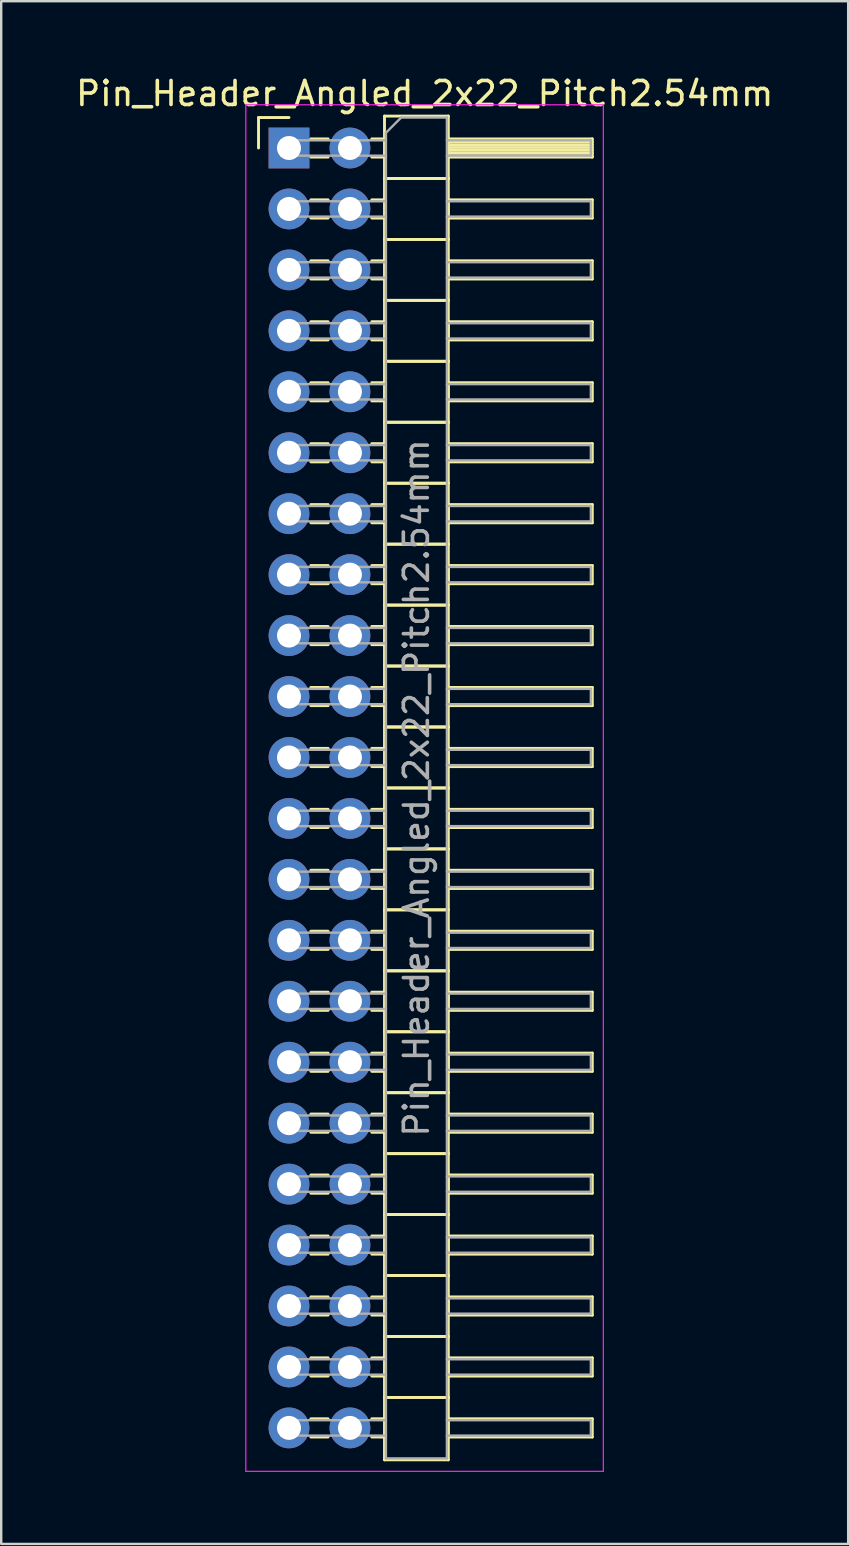
<source format=kicad_pcb>
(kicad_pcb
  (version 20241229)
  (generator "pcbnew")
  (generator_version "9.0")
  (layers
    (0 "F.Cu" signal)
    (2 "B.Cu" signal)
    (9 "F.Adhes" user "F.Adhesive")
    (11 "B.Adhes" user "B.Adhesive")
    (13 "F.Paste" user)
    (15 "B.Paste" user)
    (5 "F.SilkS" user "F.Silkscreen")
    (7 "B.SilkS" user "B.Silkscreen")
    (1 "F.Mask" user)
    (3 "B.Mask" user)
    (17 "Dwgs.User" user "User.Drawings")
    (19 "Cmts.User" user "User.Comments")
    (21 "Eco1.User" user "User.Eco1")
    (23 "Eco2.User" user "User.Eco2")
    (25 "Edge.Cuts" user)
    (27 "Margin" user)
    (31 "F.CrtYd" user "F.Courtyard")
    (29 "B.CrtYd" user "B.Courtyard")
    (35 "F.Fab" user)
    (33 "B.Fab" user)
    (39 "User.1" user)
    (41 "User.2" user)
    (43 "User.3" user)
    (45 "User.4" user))
  (footprint "Pin_Header_Angled_2x22_Pitch2.54mm"
    (layer "F.Cu")
    (at 8.994 3.118)
    (property "Reference" "Pin_Header_Angled_2x22_Pitch2.54mm" (at 5.655 -2.27 0) (layer "F.SilkS") (effects (font (size 1 1) (thickness 0.15))))
    (attr through_hole)
    (fp_line (start -1.27 -1.27) (end 0 -1.27) (stroke (width 0.12) (type solid)) (layer "F.SilkS"))
    (fp_line (start -1.27 0) (end -1.27 -1.27) (stroke (width 0.12) (type solid)) (layer "F.SilkS"))
    (fp_line (start 0.91 -0.38) (end 1.63 -0.38) (stroke (width 0.12) (type solid)) (layer "F.SilkS"))
    (fp_line (start 0.91 0.38) (end 1.63 0.38) (stroke (width 0.12) (type solid)) (layer "F.SilkS"))
    (fp_line (start 0.91 2.16) (end 1.63 2.16) (stroke (width 0.12) (type solid)) (layer "F.SilkS"))
    (fp_line (start 0.91 2.92) (end 1.63 2.92) (stroke (width 0.12) (type solid)) (layer "F.SilkS"))
    (fp_line (start 0.91 4.7) (end 1.63 4.7) (stroke (width 0.12) (type solid)) (layer "F.SilkS"))
    (fp_line (start 0.91 5.46) (end 1.63 5.46) (stroke (width 0.12) (type solid)) (layer "F.SilkS"))
    (fp_line (start 0.91 7.24) (end 1.63 7.24) (stroke (width 0.12) (type solid)) (layer "F.SilkS"))
    (fp_line (start 0.91 8) (end 1.63 8) (stroke (width 0.12) (type solid)) (layer "F.SilkS"))
    (fp_line (start 0.91 9.78) (end 1.63 9.78) (stroke (width 0.12) (type solid)) (layer "F.SilkS"))
    (fp_line (start 0.91 10.54) (end 1.63 10.54) (stroke (width 0.12) (type solid)) (layer "F.SilkS"))
    (fp_line (start 0.91 12.32) (end 1.63 12.32) (stroke (width 0.12) (type solid)) (layer "F.SilkS"))
    (fp_line (start 0.91 13.08) (end 1.63 13.08) (stroke (width 0.12) (type solid)) (layer "F.SilkS"))
    (fp_line (start 0.91 14.86) (end 1.63 14.86) (stroke (width 0.12) (type solid)) (layer "F.SilkS"))
    (fp_line (start 0.91 15.62) (end 1.63 15.62) (stroke (width 0.12) (type solid)) (layer "F.SilkS"))
    (fp_line (start 0.91 17.4) (end 1.63 17.4) (stroke (width 0.12) (type solid)) (layer "F.SilkS"))
    (fp_line (start 0.91 18.16) (end 1.63 18.16) (stroke (width 0.12) (type solid)) (layer "F.SilkS"))
    (fp_line (start 0.91 19.94) (end 1.63 19.94) (stroke (width 0.12) (type solid)) (layer "F.SilkS"))
    (fp_line (start 0.91 20.7) (end 1.63 20.7) (stroke (width 0.12) (type solid)) (layer "F.SilkS"))
    (fp_line (start 0.91 22.48) (end 1.63 22.48) (stroke (width 0.12) (type solid)) (layer "F.SilkS"))
    (fp_line (start 0.91 23.24) (end 1.63 23.24) (stroke (width 0.12) (type solid)) (layer "F.SilkS"))
    (fp_line (start 0.91 25.02) (end 1.63 25.02) (stroke (width 0.12) (type solid)) (layer "F.SilkS"))
    (fp_line (start 0.91 25.78) (end 1.63 25.78) (stroke (width 0.12) (type solid)) (layer "F.SilkS"))
    (fp_line (start 0.91 27.56) (end 1.63 27.56) (stroke (width 0.12) (type solid)) (layer "F.SilkS"))
    (fp_line (start 0.91 28.32) (end 1.63 28.32) (stroke (width 0.12) (type solid)) (layer "F.SilkS"))
    (fp_line (start 0.91 30.1) (end 1.63 30.1) (stroke (width 0.12) (type solid)) (layer "F.SilkS"))
    (fp_line (start 0.91 30.86) (end 1.63 30.86) (stroke (width 0.12) (type solid)) (layer "F.SilkS"))
    (fp_line (start 0.91 32.64) (end 1.63 32.64) (stroke (width 0.12) (type solid)) (layer "F.SilkS"))
    (fp_line (start 0.91 33.4) (end 1.63 33.4) (stroke (width 0.12) (type solid)) (layer "F.SilkS"))
    (fp_line (start 0.91 35.18) (end 1.63 35.18) (stroke (width 0.12) (type solid)) (layer "F.SilkS"))
    (fp_line (start 0.91 35.94) (end 1.63 35.94) (stroke (width 0.12) (type solid)) (layer "F.SilkS"))
    (fp_line (start 0.91 37.72) (end 1.63 37.72) (stroke (width 0.12) (type solid)) (layer "F.SilkS"))
    (fp_line (start 0.91 38.48) (end 1.63 38.48) (stroke (width 0.12) (type solid)) (layer "F.SilkS"))
    (fp_line (start 0.91 40.26) (end 1.63 40.26) (stroke (width 0.12) (type solid)) (layer "F.SilkS"))
    (fp_line (start 0.91 41.02) (end 1.63 41.02) (stroke (width 0.12) (type solid)) (layer "F.SilkS"))
    (fp_line (start 0.91 42.8) (end 1.63 42.8) (stroke (width 0.12) (type solid)) (layer "F.SilkS"))
    (fp_line (start 0.91 43.56) (end 1.63 43.56) (stroke (width 0.12) (type solid)) (layer "F.SilkS"))
    (fp_line (start 0.91 45.34) (end 1.63 45.34) (stroke (width 0.12) (type solid)) (layer "F.SilkS"))
    (fp_line (start 0.91 46.1) (end 1.63 46.1) (stroke (width 0.12) (type solid)) (layer "F.SilkS"))
    (fp_line (start 0.91 47.88) (end 1.63 47.88) (stroke (width 0.12) (type solid)) (layer "F.SilkS"))
    (fp_line (start 0.91 48.64) (end 1.63 48.64) (stroke (width 0.12) (type solid)) (layer "F.SilkS"))
    (fp_line (start 0.91 50.42) (end 1.63 50.42) (stroke (width 0.12) (type solid)) (layer "F.SilkS"))
    (fp_line (start 0.91 51.18) (end 1.63 51.18) (stroke (width 0.12) (type solid)) (layer "F.SilkS"))
    (fp_line (start 0.91 52.96) (end 1.63 52.96) (stroke (width 0.12) (type solid)) (layer "F.SilkS"))
    (fp_line (start 0.91 53.72) (end 1.63 53.72) (stroke (width 0.12) (type solid)) (layer "F.SilkS"))
    (fp_line (start 3.45 -0.38) (end 3.98 -0.38) (stroke (width 0.12) (type solid)) (layer "F.SilkS"))
    (fp_line (start 3.45 0.38) (end 3.98 0.38) (stroke (width 0.12) (type solid)) (layer "F.SilkS"))
    (fp_line (start 3.45 2.16) (end 3.98 2.16) (stroke (width 0.12) (type solid)) (layer "F.SilkS"))
    (fp_line (start 3.45 2.92) (end 3.98 2.92) (stroke (width 0.12) (type solid)) (layer "F.SilkS"))
    (fp_line (start 3.45 4.7) (end 3.98 4.7) (stroke (width 0.12) (type solid)) (layer "F.SilkS"))
    (fp_line (start 3.45 5.46) (end 3.98 5.46) (stroke (width 0.12) (type solid)) (layer "F.SilkS"))
    (fp_line (start 3.45 7.24) (end 3.98 7.24) (stroke (width 0.12) (type solid)) (layer "F.SilkS"))
    (fp_line (start 3.45 8) (end 3.98 8) (stroke (width 0.12) (type solid)) (layer "F.SilkS"))
    (fp_line (start 3.45 9.78) (end 3.98 9.78) (stroke (width 0.12) (type solid)) (layer "F.SilkS"))
    (fp_line (start 3.45 10.54) (end 3.98 10.54) (stroke (width 0.12) (type solid)) (layer "F.SilkS"))
    (fp_line (start 3.45 12.32) (end 3.98 12.32) (stroke (width 0.12) (type solid)) (layer "F.SilkS"))
    (fp_line (start 3.45 13.08) (end 3.98 13.08) (stroke (width 0.12) (type solid)) (layer "F.SilkS"))
    (fp_line (start 3.45 14.86) (end 3.98 14.86) (stroke (width 0.12) (type solid)) (layer "F.SilkS"))
    (fp_line (start 3.45 15.62) (end 3.98 15.62) (stroke (width 0.12) (type solid)) (layer "F.SilkS"))
    (fp_line (start 3.45 17.4) (end 3.98 17.4) (stroke (width 0.12) (type solid)) (layer "F.SilkS"))
    (fp_line (start 3.45 18.16) (end 3.98 18.16) (stroke (width 0.12) (type solid)) (layer "F.SilkS"))
    (fp_line (start 3.45 19.94) (end 3.98 19.94) (stroke (width 0.12) (type solid)) (layer "F.SilkS"))
    (fp_line (start 3.45 20.7) (end 3.98 20.7) (stroke (width 0.12) (type solid)) (layer "F.SilkS"))
    (fp_line (start 3.45 22.48) (end 3.98 22.48) (stroke (width 0.12) (type solid)) (layer "F.SilkS"))
    (fp_line (start 3.45 23.24) (end 3.98 23.24) (stroke (width 0.12) (type solid)) (layer "F.SilkS"))
    (fp_line (start 3.45 25.02) (end 3.98 25.02) (stroke (width 0.12) (type solid)) (layer "F.SilkS"))
    (fp_line (start 3.45 25.78) (end 3.98 25.78) (stroke (width 0.12) (type solid)) (layer "F.SilkS"))
    (fp_line (start 3.45 27.56) (end 3.98 27.56) (stroke (width 0.12) (type solid)) (layer "F.SilkS"))
    (fp_line (start 3.45 28.32) (end 3.98 28.32) (stroke (width 0.12) (type solid)) (layer "F.SilkS"))
    (fp_line (start 3.45 30.1) (end 3.98 30.1) (stroke (width 0.12) (type solid)) (layer "F.SilkS"))
    (fp_line (start 3.45 30.86) (end 3.98 30.86) (stroke (width 0.12) (type solid)) (layer "F.SilkS"))
    (fp_line (start 3.45 32.64) (end 3.98 32.64) (stroke (width 0.12) (type solid)) (layer "F.SilkS"))
    (fp_line (start 3.45 33.4) (end 3.98 33.4) (stroke (width 0.12) (type solid)) (layer "F.SilkS"))
    (fp_line (start 3.45 35.18) (end 3.98 35.18) (stroke (width 0.12) (type solid)) (layer "F.SilkS"))
    (fp_line (start 3.45 35.94) (end 3.98 35.94) (stroke (width 0.12) (type solid)) (layer "F.SilkS"))
    (fp_line (start 3.45 37.72) (end 3.98 37.72) (stroke (width 0.12) (type solid)) (layer "F.SilkS"))
    (fp_line (start 3.45 38.48) (end 3.98 38.48) (stroke (width 0.12) (type solid)) (layer "F.SilkS"))
    (fp_line (start 3.45 40.26) (end 3.98 40.26) (stroke (width 0.12) (type solid)) (layer "F.SilkS"))
    (fp_line (start 3.45 41.02) (end 3.98 41.02) (stroke (width 0.12) (type solid)) (layer "F.SilkS"))
    (fp_line (start 3.45 42.8) (end 3.98 42.8) (stroke (width 0.12) (type solid)) (layer "F.SilkS"))
    (fp_line (start 3.45 43.56) (end 3.98 43.56) (stroke (width 0.12) (type solid)) (layer "F.SilkS"))
    (fp_line (start 3.45 45.34) (end 3.98 45.34) (stroke (width 0.12) (type solid)) (layer "F.SilkS"))
    (fp_line (start 3.45 46.1) (end 3.98 46.1) (stroke (width 0.12) (type solid)) (layer "F.SilkS"))
    (fp_line (start 3.45 47.88) (end 3.98 47.88) (stroke (width 0.12) (type solid)) (layer "F.SilkS"))
    (fp_line (start 3.45 48.64) (end 3.98 48.64) (stroke (width 0.12) (type solid)) (layer "F.SilkS"))
    (fp_line (start 3.45 50.42) (end 3.98 50.42) (stroke (width 0.12) (type solid)) (layer "F.SilkS"))
    (fp_line (start 3.45 51.18) (end 3.98 51.18) (stroke (width 0.12) (type solid)) (layer "F.SilkS"))
    (fp_line (start 3.45 52.96) (end 3.98 52.96) (stroke (width 0.12) (type solid)) (layer "F.SilkS"))
    (fp_line (start 3.45 53.72) (end 3.98 53.72) (stroke (width 0.12) (type solid)) (layer "F.SilkS"))
    (fp_line (start 3.98 -1.33) (end 3.98 1.27) (stroke (width 0.12) (type solid)) (layer "F.SilkS"))
    (fp_line (start 3.98 1.27) (end 3.98 3.81) (stroke (width 0.12) (type solid)) (layer "F.SilkS"))
    (fp_line (start 3.98 1.27) (end 6.64 1.27) (stroke (width 0.12) (type solid)) (layer "F.SilkS"))
    (fp_line (start 3.98 3.81) (end 3.98 6.35) (stroke (width 0.12) (type solid)) (layer "F.SilkS"))
    (fp_line (start 3.98 3.81) (end 6.64 3.81) (stroke (width 0.12) (type solid)) (layer "F.SilkS"))
    (fp_line (start 3.98 6.35) (end 3.98 8.89) (stroke (width 0.12) (type solid)) (layer "F.SilkS"))
    (fp_line (start 3.98 6.35) (end 6.64 6.35) (stroke (width 0.12) (type solid)) (layer "F.SilkS"))
    (fp_line (start 3.98 8.89) (end 3.98 11.43) (stroke (width 0.12) (type solid)) (layer "F.SilkS"))
    (fp_line (start 3.98 8.89) (end 6.64 8.89) (stroke (width 0.12) (type solid)) (layer "F.SilkS"))
    (fp_line (start 3.98 11.43) (end 3.98 13.97) (stroke (width 0.12) (type solid)) (layer "F.SilkS"))
    (fp_line (start 3.98 11.43) (end 6.64 11.43) (stroke (width 0.12) (type solid)) (layer "F.SilkS"))
    (fp_line (start 3.98 13.97) (end 3.98 16.51) (stroke (width 0.12) (type solid)) (layer "F.SilkS"))
    (fp_line (start 3.98 13.97) (end 6.64 13.97) (stroke (width 0.12) (type solid)) (layer "F.SilkS"))
    (fp_line (start 3.98 16.51) (end 3.98 19.05) (stroke (width 0.12) (type solid)) (layer "F.SilkS"))
    (fp_line (start 3.98 16.51) (end 6.64 16.51) (stroke (width 0.12) (type solid)) (layer "F.SilkS"))
    (fp_line (start 3.98 19.05) (end 3.98 21.59) (stroke (width 0.12) (type solid)) (layer "F.SilkS"))
    (fp_line (start 3.98 19.05) (end 6.64 19.05) (stroke (width 0.12) (type solid)) (layer "F.SilkS"))
    (fp_line (start 3.98 21.59) (end 3.98 24.13) (stroke (width 0.12) (type solid)) (layer "F.SilkS"))
    (fp_line (start 3.98 21.59) (end 6.64 21.59) (stroke (width 0.12) (type solid)) (layer "F.SilkS"))
    (fp_line (start 3.98 24.13) (end 3.98 26.67) (stroke (width 0.12) (type solid)) (layer "F.SilkS"))
    (fp_line (start 3.98 24.13) (end 6.64 24.13) (stroke (width 0.12) (type solid)) (layer "F.SilkS"))
    (fp_line (start 3.98 26.67) (end 3.98 29.21) (stroke (width 0.12) (type solid)) (layer "F.SilkS"))
    (fp_line (start 3.98 26.67) (end 6.64 26.67) (stroke (width 0.12) (type solid)) (layer "F.SilkS"))
    (fp_line (start 3.98 29.21) (end 3.98 31.75) (stroke (width 0.12) (type solid)) (layer "F.SilkS"))
    (fp_line (start 3.98 29.21) (end 6.64 29.21) (stroke (width 0.12) (type solid)) (layer "F.SilkS"))
    (fp_line (start 3.98 31.75) (end 3.98 34.29) (stroke (width 0.12) (type solid)) (layer "F.SilkS"))
    (fp_line (start 3.98 31.75) (end 6.64 31.75) (stroke (width 0.12) (type solid)) (layer "F.SilkS"))
    (fp_line (start 3.98 34.29) (end 3.98 36.83) (stroke (width 0.12) (type solid)) (layer "F.SilkS"))
    (fp_line (start 3.98 34.29) (end 6.64 34.29) (stroke (width 0.12) (type solid)) (layer "F.SilkS"))
    (fp_line (start 3.98 36.83) (end 3.98 39.37) (stroke (width 0.12) (type solid)) (layer "F.SilkS"))
    (fp_line (start 3.98 36.83) (end 6.64 36.83) (stroke (width 0.12) (type solid)) (layer "F.SilkS"))
    (fp_line (start 3.98 39.37) (end 3.98 41.91) (stroke (width 0.12) (type solid)) (layer "F.SilkS"))
    (fp_line (start 3.98 39.37) (end 6.64 39.37) (stroke (width 0.12) (type solid)) (layer "F.SilkS"))
    (fp_line (start 3.98 41.91) (end 3.98 44.45) (stroke (width 0.12) (type solid)) (layer "F.SilkS"))
    (fp_line (start 3.98 41.91) (end 6.64 41.91) (stroke (width 0.12) (type solid)) (layer "F.SilkS"))
    (fp_line (start 3.98 44.45) (end 3.98 46.99) (stroke (width 0.12) (type solid)) (layer "F.SilkS"))
    (fp_line (start 3.98 44.45) (end 6.64 44.45) (stroke (width 0.12) (type solid)) (layer "F.SilkS"))
    (fp_line (start 3.98 46.99) (end 3.98 49.53) (stroke (width 0.12) (type solid)) (layer "F.SilkS"))
    (fp_line (start 3.98 46.99) (end 6.64 46.99) (stroke (width 0.12) (type solid)) (layer "F.SilkS"))
    (fp_line (start 3.98 49.53) (end 3.98 52.07) (stroke (width 0.12) (type solid)) (layer "F.SilkS"))
    (fp_line (start 3.98 49.53) (end 6.64 49.53) (stroke (width 0.12) (type solid)) (layer "F.SilkS"))
    (fp_line (start 3.98 52.07) (end 3.98 54.67) (stroke (width 0.12) (type solid)) (layer "F.SilkS"))
    (fp_line (start 3.98 52.07) (end 6.64 52.07) (stroke (width 0.12) (type solid)) (layer "F.SilkS"))
    (fp_line (start 3.98 54.67) (end 6.64 54.67) (stroke (width 0.12) (type solid)) (layer "F.SilkS"))
    (fp_line (start 6.64 -1.33) (end 3.98 -1.33) (stroke (width 0.12) (type solid)) (layer "F.SilkS"))
    (fp_line (start 6.64 -0.38) (end 6.64 0.38) (stroke (width 0.12) (type solid)) (layer "F.SilkS"))
    (fp_line (start 6.64 -0.26) (end 12.64 -0.26) (stroke (width 0.12) (type solid)) (layer "F.SilkS"))
    (fp_line (start 6.64 -0.14) (end 12.64 -0.14) (stroke (width 0.12) (type solid)) (layer "F.SilkS"))
    (fp_line (start 6.64 -0.02) (end 12.64 -0.02) (stroke (width 0.12) (type solid)) (layer "F.SilkS"))
    (fp_line (start 6.64 0.1) (end 12.64 0.1) (stroke (width 0.12) (type solid)) (layer "F.SilkS"))
    (fp_line (start 6.64 0.22) (end 12.64 0.22) (stroke (width 0.12) (type solid)) (layer "F.SilkS"))
    (fp_line (start 6.64 0.34) (end 12.64 0.34) (stroke (width 0.12) (type solid)) (layer "F.SilkS"))
    (fp_line (start 6.64 0.38) (end 12.64 0.38) (stroke (width 0.12) (type solid)) (layer "F.SilkS"))
    (fp_line (start 6.64 1.27) (end 3.98 1.27) (stroke (width 0.12) (type solid)) (layer "F.SilkS"))
    (fp_line (start 6.64 1.27) (end 6.64 -1.33) (stroke (width 0.12) (type solid)) (layer "F.SilkS"))
    (fp_line (start 6.64 2.16) (end 6.64 2.92) (stroke (width 0.12) (type solid)) (layer "F.SilkS"))
    (fp_line (start 6.64 2.92) (end 12.64 2.92) (stroke (width 0.12) (type solid)) (layer "F.SilkS"))
    (fp_line (start 6.64 3.81) (end 3.98 3.81) (stroke (width 0.12) (type solid)) (layer "F.SilkS"))
    (fp_line (start 6.64 3.81) (end 6.64 1.27) (stroke (width 0.12) (type solid)) (layer "F.SilkS"))
    (fp_line (start 6.64 4.7) (end 6.64 5.46) (stroke (width 0.12) (type solid)) (layer "F.SilkS"))
    (fp_line (start 6.64 5.46) (end 12.64 5.46) (stroke (width 0.12) (type solid)) (layer "F.SilkS"))
    (fp_line (start 6.64 6.35) (end 3.98 6.35) (stroke (width 0.12) (type solid)) (layer "F.SilkS"))
    (fp_line (start 6.64 6.35) (end 6.64 3.81) (stroke (width 0.12) (type solid)) (layer "F.SilkS"))
    (fp_line (start 6.64 7.24) (end 6.64 8) (stroke (width 0.12) (type solid)) (layer "F.SilkS"))
    (fp_line (start 6.64 8) (end 12.64 8) (stroke (width 0.12) (type solid)) (layer "F.SilkS"))
    (fp_line (start 6.64 8.89) (end 3.98 8.89) (stroke (width 0.12) (type solid)) (layer "F.SilkS"))
    (fp_line (start 6.64 8.89) (end 6.64 6.35) (stroke (width 0.12) (type solid)) (layer "F.SilkS"))
    (fp_line (start 6.64 9.78) (end 6.64 10.54) (stroke (width 0.12) (type solid)) (layer "F.SilkS"))
    (fp_line (start 6.64 10.54) (end 12.64 10.54) (stroke (width 0.12) (type solid)) (layer "F.SilkS"))
    (fp_line (start 6.64 11.43) (end 3.98 11.43) (stroke (width 0.12) (type solid)) (layer "F.SilkS"))
    (fp_line (start 6.64 11.43) (end 6.64 8.89) (stroke (width 0.12) (type solid)) (layer "F.SilkS"))
    (fp_line (start 6.64 12.32) (end 6.64 13.08) (stroke (width 0.12) (type solid)) (layer "F.SilkS"))
    (fp_line (start 6.64 13.08) (end 12.64 13.08) (stroke (width 0.12) (type solid)) (layer "F.SilkS"))
    (fp_line (start 6.64 13.97) (end 3.98 13.97) (stroke (width 0.12) (type solid)) (layer "F.SilkS"))
    (fp_line (start 6.64 13.97) (end 6.64 11.43) (stroke (width 0.12) (type solid)) (layer "F.SilkS"))
    (fp_line (start 6.64 14.86) (end 6.64 15.62) (stroke (width 0.12) (type solid)) (layer "F.SilkS"))
    (fp_line (start 6.64 15.62) (end 12.64 15.62) (stroke (width 0.12) (type solid)) (layer "F.SilkS"))
    (fp_line (start 6.64 16.51) (end 3.98 16.51) (stroke (width 0.12) (type solid)) (layer "F.SilkS"))
    (fp_line (start 6.64 16.51) (end 6.64 13.97) (stroke (width 0.12) (type solid)) (layer "F.SilkS"))
    (fp_line (start 6.64 17.4) (end 6.64 18.16) (stroke (width 0.12) (type solid)) (layer "F.SilkS"))
    (fp_line (start 6.64 18.16) (end 12.64 18.16) (stroke (width 0.12) (type solid)) (layer "F.SilkS"))
    (fp_line (start 6.64 19.05) (end 3.98 19.05) (stroke (width 0.12) (type solid)) (layer "F.SilkS"))
    (fp_line (start 6.64 19.05) (end 6.64 16.51) (stroke (width 0.12) (type solid)) (layer "F.SilkS"))
    (fp_line (start 6.64 19.94) (end 6.64 20.7) (stroke (width 0.12) (type solid)) (layer "F.SilkS"))
    (fp_line (start 6.64 20.7) (end 12.64 20.7) (stroke (width 0.12) (type solid)) (layer "F.SilkS"))
    (fp_line (start 6.64 21.59) (end 3.98 21.59) (stroke (width 0.12) (type solid)) (layer "F.SilkS"))
    (fp_line (start 6.64 21.59) (end 6.64 19.05) (stroke (width 0.12) (type solid)) (layer "F.SilkS"))
    (fp_line (start 6.64 22.48) (end 6.64 23.24) (stroke (width 0.12) (type solid)) (layer "F.SilkS"))
    (fp_line (start 6.64 23.24) (end 12.64 23.24) (stroke (width 0.12) (type solid)) (layer "F.SilkS"))
    (fp_line (start 6.64 24.13) (end 3.98 24.13) (stroke (width 0.12) (type solid)) (layer "F.SilkS"))
    (fp_line (start 6.64 24.13) (end 6.64 21.59) (stroke (width 0.12) (type solid)) (layer "F.SilkS"))
    (fp_line (start 6.64 25.02) (end 6.64 25.78) (stroke (width 0.12) (type solid)) (layer "F.SilkS"))
    (fp_line (start 6.64 25.78) (end 12.64 25.78) (stroke (width 0.12) (type solid)) (layer "F.SilkS"))
    (fp_line (start 6.64 26.67) (end 3.98 26.67) (stroke (width 0.12) (type solid)) (layer "F.SilkS"))
    (fp_line (start 6.64 26.67) (end 6.64 24.13) (stroke (width 0.12) (type solid)) (layer "F.SilkS"))
    (fp_line (start 6.64 27.56) (end 6.64 28.32) (stroke (width 0.12) (type solid)) (layer "F.SilkS"))
    (fp_line (start 6.64 28.32) (end 12.64 28.32) (stroke (width 0.12) (type solid)) (layer "F.SilkS"))
    (fp_line (start 6.64 29.21) (end 3.98 29.21) (stroke (width 0.12) (type solid)) (layer "F.SilkS"))
    (fp_line (start 6.64 29.21) (end 6.64 26.67) (stroke (width 0.12) (type solid)) (layer "F.SilkS"))
    (fp_line (start 6.64 30.1) (end 6.64 30.86) (stroke (width 0.12) (type solid)) (layer "F.SilkS"))
    (fp_line (start 6.64 30.86) (end 12.64 30.86) (stroke (width 0.12) (type solid)) (layer "F.SilkS"))
    (fp_line (start 6.64 31.75) (end 3.98 31.75) (stroke (width 0.12) (type solid)) (layer "F.SilkS"))
    (fp_line (start 6.64 31.75) (end 6.64 29.21) (stroke (width 0.12) (type solid)) (layer "F.SilkS"))
    (fp_line (start 6.64 32.64) (end 6.64 33.4) (stroke (width 0.12) (type solid)) (layer "F.SilkS"))
    (fp_line (start 6.64 33.4) (end 12.64 33.4) (stroke (width 0.12) (type solid)) (layer "F.SilkS"))
    (fp_line (start 6.64 34.29) (end 3.98 34.29) (stroke (width 0.12) (type solid)) (layer "F.SilkS"))
    (fp_line (start 6.64 34.29) (end 6.64 31.75) (stroke (width 0.12) (type solid)) (layer "F.SilkS"))
    (fp_line (start 6.64 35.18) (end 6.64 35.94) (stroke (width 0.12) (type solid)) (layer "F.SilkS"))
    (fp_line (start 6.64 35.94) (end 12.64 35.94) (stroke (width 0.12) (type solid)) (layer "F.SilkS"))
    (fp_line (start 6.64 36.83) (end 3.98 36.83) (stroke (width 0.12) (type solid)) (layer "F.SilkS"))
    (fp_line (start 6.64 36.83) (end 6.64 34.29) (stroke (width 0.12) (type solid)) (layer "F.SilkS"))
    (fp_line (start 6.64 37.72) (end 6.64 38.48) (stroke (width 0.12) (type solid)) (layer "F.SilkS"))
    (fp_line (start 6.64 38.48) (end 12.64 38.48) (stroke (width 0.12) (type solid)) (layer "F.SilkS"))
    (fp_line (start 6.64 39.37) (end 3.98 39.37) (stroke (width 0.12) (type solid)) (layer "F.SilkS"))
    (fp_line (start 6.64 39.37) (end 6.64 36.83) (stroke (width 0.12) (type solid)) (layer "F.SilkS"))
    (fp_line (start 6.64 40.26) (end 6.64 41.02) (stroke (width 0.12) (type solid)) (layer "F.SilkS"))
    (fp_line (start 6.64 41.02) (end 12.64 41.02) (stroke (width 0.12) (type solid)) (layer "F.SilkS"))
    (fp_line (start 6.64 41.91) (end 3.98 41.91) (stroke (width 0.12) (type solid)) (layer "F.SilkS"))
    (fp_line (start 6.64 41.91) (end 6.64 39.37) (stroke (width 0.12) (type solid)) (layer "F.SilkS"))
    (fp_line (start 6.64 42.8) (end 6.64 43.56) (stroke (width 0.12) (type solid)) (layer "F.SilkS"))
    (fp_line (start 6.64 43.56) (end 12.64 43.56) (stroke (width 0.12) (type solid)) (layer "F.SilkS"))
    (fp_line (start 6.64 44.45) (end 3.98 44.45) (stroke (width 0.12) (type solid)) (layer "F.SilkS"))
    (fp_line (start 6.64 44.45) (end 6.64 41.91) (stroke (width 0.12) (type solid)) (layer "F.SilkS"))
    (fp_line (start 6.64 45.34) (end 6.64 46.1) (stroke (width 0.12) (type solid)) (layer "F.SilkS"))
    (fp_line (start 6.64 46.1) (end 12.64 46.1) (stroke (width 0.12) (type solid)) (layer "F.SilkS"))
    (fp_line (start 6.64 46.99) (end 3.98 46.99) (stroke (width 0.12) (type solid)) (layer "F.SilkS"))
    (fp_line (start 6.64 46.99) (end 6.64 44.45) (stroke (width 0.12) (type solid)) (layer "F.SilkS"))
    (fp_line (start 6.64 47.88) (end 6.64 48.64) (stroke (width 0.12) (type solid)) (layer "F.SilkS"))
    (fp_line (start 6.64 48.64) (end 12.64 48.64) (stroke (width 0.12) (type solid)) (layer "F.SilkS"))
    (fp_line (start 6.64 49.53) (end 3.98 49.53) (stroke (width 0.12) (type solid)) (layer "F.SilkS"))
    (fp_line (start 6.64 49.53) (end 6.64 46.99) (stroke (width 0.12) (type solid)) (layer "F.SilkS"))
    (fp_line (start 6.64 50.42) (end 6.64 51.18) (stroke (width 0.12) (type solid)) (layer "F.SilkS"))
    (fp_line (start 6.64 51.18) (end 12.64 51.18) (stroke (width 0.12) (type solid)) (layer "F.SilkS"))
    (fp_line (start 6.64 52.07) (end 3.98 52.07) (stroke (width 0.12) (type solid)) (layer "F.SilkS"))
    (fp_line (start 6.64 52.07) (end 6.64 49.53) (stroke (width 0.12) (type solid)) (layer "F.SilkS"))
    (fp_line (start 6.64 52.96) (end 6.64 53.72) (stroke (width 0.12) (type solid)) (layer "F.SilkS"))
    (fp_line (start 6.64 53.72) (end 12.64 53.72) (stroke (width 0.12) (type solid)) (layer "F.SilkS"))
    (fp_line (start 6.64 54.67) (end 6.64 52.07) (stroke (width 0.12) (type solid)) (layer "F.SilkS"))
    (fp_line (start 12.64 -0.38) (end 6.64 -0.38) (stroke (width 0.12) (type solid)) (layer "F.SilkS"))
    (fp_line (start 12.64 0.38) (end 12.64 -0.38) (stroke (width 0.12) (type solid)) (layer "F.SilkS"))
    (fp_line (start 12.64 2.16) (end 6.64 2.16) (stroke (width 0.12) (type solid)) (layer "F.SilkS"))
    (fp_line (start 12.64 2.92) (end 12.64 2.16) (stroke (width 0.12) (type solid)) (layer "F.SilkS"))
    (fp_line (start 12.64 4.7) (end 6.64 4.7) (stroke (width 0.12) (type solid)) (layer "F.SilkS"))
    (fp_line (start 12.64 5.46) (end 12.64 4.7) (stroke (width 0.12) (type solid)) (layer "F.SilkS"))
    (fp_line (start 12.64 7.24) (end 6.64 7.24) (stroke (width 0.12) (type solid)) (layer "F.SilkS"))
    (fp_line (start 12.64 8) (end 12.64 7.24) (stroke (width 0.12) (type solid)) (layer "F.SilkS"))
    (fp_line (start 12.64 9.78) (end 6.64 9.78) (stroke (width 0.12) (type solid)) (layer "F.SilkS"))
    (fp_line (start 12.64 10.54) (end 12.64 9.78) (stroke (width 0.12) (type solid)) (layer "F.SilkS"))
    (fp_line (start 12.64 12.32) (end 6.64 12.32) (stroke (width 0.12) (type solid)) (layer "F.SilkS"))
    (fp_line (start 12.64 13.08) (end 12.64 12.32) (stroke (width 0.12) (type solid)) (layer "F.SilkS"))
    (fp_line (start 12.64 14.86) (end 6.64 14.86) (stroke (width 0.12) (type solid)) (layer "F.SilkS"))
    (fp_line (start 12.64 15.62) (end 12.64 14.86) (stroke (width 0.12) (type solid)) (layer "F.SilkS"))
    (fp_line (start 12.64 17.4) (end 6.64 17.4) (stroke (width 0.12) (type solid)) (layer "F.SilkS"))
    (fp_line (start 12.64 18.16) (end 12.64 17.4) (stroke (width 0.12) (type solid)) (layer "F.SilkS"))
    (fp_line (start 12.64 19.94) (end 6.64 19.94) (stroke (width 0.12) (type solid)) (layer "F.SilkS"))
    (fp_line (start 12.64 20.7) (end 12.64 19.94) (stroke (width 0.12) (type solid)) (layer "F.SilkS"))
    (fp_line (start 12.64 22.48) (end 6.64 22.48) (stroke (width 0.12) (type solid)) (layer "F.SilkS"))
    (fp_line (start 12.64 23.24) (end 12.64 22.48) (stroke (width 0.12) (type solid)) (layer "F.SilkS"))
    (fp_line (start 12.64 25.02) (end 6.64 25.02) (stroke (width 0.12) (type solid)) (layer "F.SilkS"))
    (fp_line (start 12.64 25.78) (end 12.64 25.02) (stroke (width 0.12) (type solid)) (layer "F.SilkS"))
    (fp_line (start 12.64 27.56) (end 6.64 27.56) (stroke (width 0.12) (type solid)) (layer "F.SilkS"))
    (fp_line (start 12.64 28.32) (end 12.64 27.56) (stroke (width 0.12) (type solid)) (layer "F.SilkS"))
    (fp_line (start 12.64 30.1) (end 6.64 30.1) (stroke (width 0.12) (type solid)) (layer "F.SilkS"))
    (fp_line (start 12.64 30.86) (end 12.64 30.1) (stroke (width 0.12) (type solid)) (layer "F.SilkS"))
    (fp_line (start 12.64 32.64) (end 6.64 32.64) (stroke (width 0.12) (type solid)) (layer "F.SilkS"))
    (fp_line (start 12.64 33.4) (end 12.64 32.64) (stroke (width 0.12) (type solid)) (layer "F.SilkS"))
    (fp_line (start 12.64 35.18) (end 6.64 35.18) (stroke (width 0.12) (type solid)) (layer "F.SilkS"))
    (fp_line (start 12.64 35.94) (end 12.64 35.18) (stroke (width 0.12) (type solid)) (layer "F.SilkS"))
    (fp_line (start 12.64 37.72) (end 6.64 37.72) (stroke (width 0.12) (type solid)) (layer "F.SilkS"))
    (fp_line (start 12.64 38.48) (end 12.64 37.72) (stroke (width 0.12) (type solid)) (layer "F.SilkS"))
    (fp_line (start 12.64 40.26) (end 6.64 40.26) (stroke (width 0.12) (type solid)) (layer "F.SilkS"))
    (fp_line (start 12.64 41.02) (end 12.64 40.26) (stroke (width 0.12) (type solid)) (layer "F.SilkS"))
    (fp_line (start 12.64 42.8) (end 6.64 42.8) (stroke (width 0.12) (type solid)) (layer "F.SilkS"))
    (fp_line (start 12.64 43.56) (end 12.64 42.8) (stroke (width 0.12) (type solid)) (layer "F.SilkS"))
    (fp_line (start 12.64 45.34) (end 6.64 45.34) (stroke (width 0.12) (type solid)) (layer "F.SilkS"))
    (fp_line (start 12.64 46.1) (end 12.64 45.34) (stroke (width 0.12) (type solid)) (layer "F.SilkS"))
    (fp_line (start 12.64 47.88) (end 6.64 47.88) (stroke (width 0.12) (type solid)) (layer "F.SilkS"))
    (fp_line (start 12.64 48.64) (end 12.64 47.88) (stroke (width 0.12) (type solid)) (layer "F.SilkS"))
    (fp_line (start 12.64 50.42) (end 6.64 50.42) (stroke (width 0.12) (type solid)) (layer "F.SilkS"))
    (fp_line (start 12.64 51.18) (end 12.64 50.42) (stroke (width 0.12) (type solid)) (layer "F.SilkS"))
    (fp_line (start 12.64 52.96) (end 6.64 52.96) (stroke (width 0.12) (type solid)) (layer "F.SilkS"))
    (fp_line (start 12.64 53.72) (end 12.64 52.96) (stroke (width 0.12) (type solid)) (layer "F.SilkS"))
    (fp_line (start -1.8 -1.8) (end -1.8 55.15) (stroke (width 0.05) (type solid)) (layer "F.CrtYd"))
    (fp_line (start -1.8 55.15) (end 13.1 55.15) (stroke (width 0.05) (type solid)) (layer "F.CrtYd"))
    (fp_line (start 13.1 -1.8) (end -1.8 -1.8) (stroke (width 0.05) (type solid)) (layer "F.CrtYd"))
    (fp_line (start 13.1 55.15) (end 13.1 -1.8) (stroke (width 0.05) (type solid)) (layer "F.CrtYd"))
    (fp_line (start -0.32 -0.32) (end -0.32 0.32) (stroke (width 0.1) (type solid)) (layer "F.Fab"))
    (fp_line (start -0.32 -0.32) (end 4.04 -0.32) (stroke (width 0.1) (type solid)) (layer "F.Fab"))
    (fp_line (start -0.32 0.32) (end 4.04 0.32) (stroke (width 0.1) (type solid)) (layer "F.Fab"))
    (fp_line (start -0.32 2.22) (end -0.32 2.86) (stroke (width 0.1) (type solid)) (layer "F.Fab"))
    (fp_line (start -0.32 2.22) (end 4.04 2.22) (stroke (width 0.1) (type solid)) (layer "F.Fab"))
    (fp_line (start -0.32 2.86) (end 4.04 2.86) (stroke (width 0.1) (type solid)) (layer "F.Fab"))
    (fp_line (start -0.32 4.76) (end -0.32 5.4) (stroke (width 0.1) (type solid)) (layer "F.Fab"))
    (fp_line (start -0.32 4.76) (end 4.04 4.76) (stroke (width 0.1) (type solid)) (layer "F.Fab"))
    (fp_line (start -0.32 5.4) (end 4.04 5.4) (stroke (width 0.1) (type solid)) (layer "F.Fab"))
    (fp_line (start -0.32 7.3) (end -0.32 7.94) (stroke (width 0.1) (type solid)) (layer "F.Fab"))
    (fp_line (start -0.32 7.3) (end 4.04 7.3) (stroke (width 0.1) (type solid)) (layer "F.Fab"))
    (fp_line (start -0.32 7.94) (end 4.04 7.94) (stroke (width 0.1) (type solid)) (layer "F.Fab"))
    (fp_line (start -0.32 9.84) (end -0.32 10.48) (stroke (width 0.1) (type solid)) (layer "F.Fab"))
    (fp_line (start -0.32 9.84) (end 4.04 9.84) (stroke (width 0.1) (type solid)) (layer "F.Fab"))
    (fp_line (start -0.32 10.48) (end 4.04 10.48) (stroke (width 0.1) (type solid)) (layer "F.Fab"))
    (fp_line (start -0.32 12.38) (end -0.32 13.02) (stroke (width 0.1) (type solid)) (layer "F.Fab"))
    (fp_line (start -0.32 12.38) (end 4.04 12.38) (stroke (width 0.1) (type solid)) (layer "F.Fab"))
    (fp_line (start -0.32 13.02) (end 4.04 13.02) (stroke (width 0.1) (type solid)) (layer "F.Fab"))
    (fp_line (start -0.32 14.92) (end -0.32 15.56) (stroke (width 0.1) (type solid)) (layer "F.Fab"))
    (fp_line (start -0.32 14.92) (end 4.04 14.92) (stroke (width 0.1) (type solid)) (layer "F.Fab"))
    (fp_line (start -0.32 15.56) (end 4.04 15.56) (stroke (width 0.1) (type solid)) (layer "F.Fab"))
    (fp_line (start -0.32 17.46) (end -0.32 18.1) (stroke (width 0.1) (type solid)) (layer "F.Fab"))
    (fp_line (start -0.32 17.46) (end 4.04 17.46) (stroke (width 0.1) (type solid)) (layer "F.Fab"))
    (fp_line (start -0.32 18.1) (end 4.04 18.1) (stroke (width 0.1) (type solid)) (layer "F.Fab"))
    (fp_line (start -0.32 20) (end -0.32 20.64) (stroke (width 0.1) (type solid)) (layer "F.Fab"))
    (fp_line (start -0.32 20) (end 4.04 20) (stroke (width 0.1) (type solid)) (layer "F.Fab"))
    (fp_line (start -0.32 20.64) (end 4.04 20.64) (stroke (width 0.1) (type solid)) (layer "F.Fab"))
    (fp_line (start -0.32 22.54) (end -0.32 23.18) (stroke (width 0.1) (type solid)) (layer "F.Fab"))
    (fp_line (start -0.32 22.54) (end 4.04 22.54) (stroke (width 0.1) (type solid)) (layer "F.Fab"))
    (fp_line (start -0.32 23.18) (end 4.04 23.18) (stroke (width 0.1) (type solid)) (layer "F.Fab"))
    (fp_line (start -0.32 25.08) (end -0.32 25.72) (stroke (width 0.1) (type solid)) (layer "F.Fab"))
    (fp_line (start -0.32 25.08) (end 4.04 25.08) (stroke (width 0.1) (type solid)) (layer "F.Fab"))
    (fp_line (start -0.32 25.72) (end 4.04 25.72) (stroke (width 0.1) (type solid)) (layer "F.Fab"))
    (fp_line (start -0.32 27.62) (end -0.32 28.26) (stroke (width 0.1) (type solid)) (layer "F.Fab"))
    (fp_line (start -0.32 27.62) (end 4.04 27.62) (stroke (width 0.1) (type solid)) (layer "F.Fab"))
    (fp_line (start -0.32 28.26) (end 4.04 28.26) (stroke (width 0.1) (type solid)) (layer "F.Fab"))
    (fp_line (start -0.32 30.16) (end -0.32 30.8) (stroke (width 0.1) (type solid)) (layer "F.Fab"))
    (fp_line (start -0.32 30.16) (end 4.04 30.16) (stroke (width 0.1) (type solid)) (layer "F.Fab"))
    (fp_line (start -0.32 30.8) (end 4.04 30.8) (stroke (width 0.1) (type solid)) (layer "F.Fab"))
    (fp_line (start -0.32 32.7) (end -0.32 33.34) (stroke (width 0.1) (type solid)) (layer "F.Fab"))
    (fp_line (start -0.32 32.7) (end 4.04 32.7) (stroke (width 0.1) (type solid)) (layer "F.Fab"))
    (fp_line (start -0.32 33.34) (end 4.04 33.34) (stroke (width 0.1) (type solid)) (layer "F.Fab"))
    (fp_line (start -0.32 35.24) (end -0.32 35.88) (stroke (width 0.1) (type solid)) (layer "F.Fab"))
    (fp_line (start -0.32 35.24) (end 4.04 35.24) (stroke (width 0.1) (type solid)) (layer "F.Fab"))
    (fp_line (start -0.32 35.88) (end 4.04 35.88) (stroke (width 0.1) (type solid)) (layer "F.Fab"))
    (fp_line (start -0.32 37.78) (end -0.32 38.42) (stroke (width 0.1) (type solid)) (layer "F.Fab"))
    (fp_line (start -0.32 37.78) (end 4.04 37.78) (stroke (width 0.1) (type solid)) (layer "F.Fab"))
    (fp_line (start -0.32 38.42) (end 4.04 38.42) (stroke (width 0.1) (type solid)) (layer "F.Fab"))
    (fp_line (start -0.32 40.32) (end -0.32 40.96) (stroke (width 0.1) (type solid)) (layer "F.Fab"))
    (fp_line (start -0.32 40.32) (end 4.04 40.32) (stroke (width 0.1) (type solid)) (layer "F.Fab"))
    (fp_line (start -0.32 40.96) (end 4.04 40.96) (stroke (width 0.1) (type solid)) (layer "F.Fab"))
    (fp_line (start -0.32 42.86) (end -0.32 43.5) (stroke (width 0.1) (type solid)) (layer "F.Fab"))
    (fp_line (start -0.32 42.86) (end 4.04 42.86) (stroke (width 0.1) (type solid)) (layer "F.Fab"))
    (fp_line (start -0.32 43.5) (end 4.04 43.5) (stroke (width 0.1) (type solid)) (layer "F.Fab"))
    (fp_line (start -0.32 45.4) (end -0.32 46.04) (stroke (width 0.1) (type solid)) (layer "F.Fab"))
    (fp_line (start -0.32 45.4) (end 4.04 45.4) (stroke (width 0.1) (type solid)) (layer "F.Fab"))
    (fp_line (start -0.32 46.04) (end 4.04 46.04) (stroke (width 0.1) (type solid)) (layer "F.Fab"))
    (fp_line (start -0.32 47.94) (end -0.32 48.58) (stroke (width 0.1) (type solid)) (layer "F.Fab"))
    (fp_line (start -0.32 47.94) (end 4.04 47.94) (stroke (width 0.1) (type solid)) (layer "F.Fab"))
    (fp_line (start -0.32 48.58) (end 4.04 48.58) (stroke (width 0.1) (type solid)) (layer "F.Fab"))
    (fp_line (start -0.32 50.48) (end -0.32 51.12) (stroke (width 0.1) (type solid)) (layer "F.Fab"))
    (fp_line (start -0.32 50.48) (end 4.04 50.48) (stroke (width 0.1) (type solid)) (layer "F.Fab"))
    (fp_line (start -0.32 51.12) (end 4.04 51.12) (stroke (width 0.1) (type solid)) (layer "F.Fab"))
    (fp_line (start -0.32 53.02) (end -0.32 53.66) (stroke (width 0.1) (type solid)) (layer "F.Fab"))
    (fp_line (start -0.32 53.02) (end 4.04 53.02) (stroke (width 0.1) (type solid)) (layer "F.Fab"))
    (fp_line (start -0.32 53.66) (end 4.04 53.66) (stroke (width 0.1) (type solid)) (layer "F.Fab"))
    (fp_line (start 4.04 -0.635) (end 4.675 -1.27) (stroke (width 0.1) (type solid)) (layer "F.Fab"))
    (fp_line (start 4.04 54.61) (end 4.04 -0.635) (stroke (width 0.1) (type solid)) (layer "F.Fab"))
    (fp_line (start 4.675 -1.27) (end 6.58 -1.27) (stroke (width 0.1) (type solid)) (layer "F.Fab"))
    (fp_line (start 6.58 -1.27) (end 6.58 54.61) (stroke (width 0.1) (type solid)) (layer "F.Fab"))
    (fp_line (start 6.58 -0.32) (end 12.58 -0.32) (stroke (width 0.1) (type solid)) (layer "F.Fab"))
    (fp_line (start 6.58 0.32) (end 12.58 0.32) (stroke (width 0.1) (type solid)) (layer "F.Fab"))
    (fp_line (start 6.58 2.22) (end 12.58 2.22) (stroke (width 0.1) (type solid)) (layer "F.Fab"))
    (fp_line (start 6.58 2.86) (end 12.58 2.86) (stroke (width 0.1) (type solid)) (layer "F.Fab"))
    (fp_line (start 6.58 4.76) (end 12.58 4.76) (stroke (width 0.1) (type solid)) (layer "F.Fab"))
    (fp_line (start 6.58 5.4) (end 12.58 5.4) (stroke (width 0.1) (type solid)) (layer "F.Fab"))
    (fp_line (start 6.58 7.3) (end 12.58 7.3) (stroke (width 0.1) (type solid)) (layer "F.Fab"))
    (fp_line (start 6.58 7.94) (end 12.58 7.94) (stroke (width 0.1) (type solid)) (layer "F.Fab"))
    (fp_line (start 6.58 9.84) (end 12.58 9.84) (stroke (width 0.1) (type solid)) (layer "F.Fab"))
    (fp_line (start 6.58 10.48) (end 12.58 10.48) (stroke (width 0.1) (type solid)) (layer "F.Fab"))
    (fp_line (start 6.58 12.38) (end 12.58 12.38) (stroke (width 0.1) (type solid)) (layer "F.Fab"))
    (fp_line (start 6.58 13.02) (end 12.58 13.02) (stroke (width 0.1) (type solid)) (layer "F.Fab"))
    (fp_line (start 6.58 14.92) (end 12.58 14.92) (stroke (width 0.1) (type solid)) (layer "F.Fab"))
    (fp_line (start 6.58 15.56) (end 12.58 15.56) (stroke (width 0.1) (type solid)) (layer "F.Fab"))
    (fp_line (start 6.58 17.46) (end 12.58 17.46) (stroke (width 0.1) (type solid)) (layer "F.Fab"))
    (fp_line (start 6.58 18.1) (end 12.58 18.1) (stroke (width 0.1) (type solid)) (layer "F.Fab"))
    (fp_line (start 6.58 20) (end 12.58 20) (stroke (width 0.1) (type solid)) (layer "F.Fab"))
    (fp_line (start 6.58 20.64) (end 12.58 20.64) (stroke (width 0.1) (type solid)) (layer "F.Fab"))
    (fp_line (start 6.58 22.54) (end 12.58 22.54) (stroke (width 0.1) (type solid)) (layer "F.Fab"))
    (fp_line (start 6.58 23.18) (end 12.58 23.18) (stroke (width 0.1) (type solid)) (layer "F.Fab"))
    (fp_line (start 6.58 25.08) (end 12.58 25.08) (stroke (width 0.1) (type solid)) (layer "F.Fab"))
    (fp_line (start 6.58 25.72) (end 12.58 25.72) (stroke (width 0.1) (type solid)) (layer "F.Fab"))
    (fp_line (start 6.58 27.62) (end 12.58 27.62) (stroke (width 0.1) (type solid)) (layer "F.Fab"))
    (fp_line (start 6.58 28.26) (end 12.58 28.26) (stroke (width 0.1) (type solid)) (layer "F.Fab"))
    (fp_line (start 6.58 30.16) (end 12.58 30.16) (stroke (width 0.1) (type solid)) (layer "F.Fab"))
    (fp_line (start 6.58 30.8) (end 12.58 30.8) (stroke (width 0.1) (type solid)) (layer "F.Fab"))
    (fp_line (start 6.58 32.7) (end 12.58 32.7) (stroke (width 0.1) (type solid)) (layer "F.Fab"))
    (fp_line (start 6.58 33.34) (end 12.58 33.34) (stroke (width 0.1) (type solid)) (layer "F.Fab"))
    (fp_line (start 6.58 35.24) (end 12.58 35.24) (stroke (width 0.1) (type solid)) (layer "F.Fab"))
    (fp_line (start 6.58 35.88) (end 12.58 35.88) (stroke (width 0.1) (type solid)) (layer "F.Fab"))
    (fp_line (start 6.58 37.78) (end 12.58 37.78) (stroke (width 0.1) (type solid)) (layer "F.Fab"))
    (fp_line (start 6.58 38.42) (end 12.58 38.42) (stroke (width 0.1) (type solid)) (layer "F.Fab"))
    (fp_line (start 6.58 40.32) (end 12.58 40.32) (stroke (width 0.1) (type solid)) (layer "F.Fab"))
    (fp_line (start 6.58 40.96) (end 12.58 40.96) (stroke (width 0.1) (type solid)) (layer "F.Fab"))
    (fp_line (start 6.58 42.86) (end 12.58 42.86) (stroke (width 0.1) (type solid)) (layer "F.Fab"))
    (fp_line (start 6.58 43.5) (end 12.58 43.5) (stroke (width 0.1) (type solid)) (layer "F.Fab"))
    (fp_line (start 6.58 45.4) (end 12.58 45.4) (stroke (width 0.1) (type solid)) (layer "F.Fab"))
    (fp_line (start 6.58 46.04) (end 12.58 46.04) (stroke (width 0.1) (type solid)) (layer "F.Fab"))
    (fp_line (start 6.58 47.94) (end 12.58 47.94) (stroke (width 0.1) (type solid)) (layer "F.Fab"))
    (fp_line (start 6.58 48.58) (end 12.58 48.58) (stroke (width 0.1) (type solid)) (layer "F.Fab"))
    (fp_line (start 6.58 50.48) (end 12.58 50.48) (stroke (width 0.1) (type solid)) (layer "F.Fab"))
    (fp_line (start 6.58 51.12) (end 12.58 51.12) (stroke (width 0.1) (type solid)) (layer "F.Fab"))
    (fp_line (start 6.58 53.02) (end 12.58 53.02) (stroke (width 0.1) (type solid)) (layer "F.Fab"))
    (fp_line (start 6.58 53.66) (end 12.58 53.66) (stroke (width 0.1) (type solid)) (layer "F.Fab"))
    (fp_line (start 6.58 54.61) (end 4.04 54.61) (stroke (width 0.1) (type solid)) (layer "F.Fab"))
    (fp_line (start 12.58 -0.32) (end 12.58 0.32) (stroke (width 0.1) (type solid)) (layer "F.Fab"))
    (fp_line (start 12.58 2.22) (end 12.58 2.86) (stroke (width 0.1) (type solid)) (layer "F.Fab"))
    (fp_line (start 12.58 4.76) (end 12.58 5.4) (stroke (width 0.1) (type solid)) (layer "F.Fab"))
    (fp_line (start 12.58 7.3) (end 12.58 7.94) (stroke (width 0.1) (type solid)) (layer "F.Fab"))
    (fp_line (start 12.58 9.84) (end 12.58 10.48) (stroke (width 0.1) (type solid)) (layer "F.Fab"))
    (fp_line (start 12.58 12.38) (end 12.58 13.02) (stroke (width 0.1) (type solid)) (layer "F.Fab"))
    (fp_line (start 12.58 14.92) (end 12.58 15.56) (stroke (width 0.1) (type solid)) (layer "F.Fab"))
    (fp_line (start 12.58 17.46) (end 12.58 18.1) (stroke (width 0.1) (type solid)) (layer "F.Fab"))
    (fp_line (start 12.58 20) (end 12.58 20.64) (stroke (width 0.1) (type solid)) (layer "F.Fab"))
    (fp_line (start 12.58 22.54) (end 12.58 23.18) (stroke (width 0.1) (type solid)) (layer "F.Fab"))
    (fp_line (start 12.58 25.08) (end 12.58 25.72) (stroke (width 0.1) (type solid)) (layer "F.Fab"))
    (fp_line (start 12.58 27.62) (end 12.58 28.26) (stroke (width 0.1) (type solid)) (layer "F.Fab"))
    (fp_line (start 12.58 30.16) (end 12.58 30.8) (stroke (width 0.1) (type solid)) (layer "F.Fab"))
    (fp_line (start 12.58 32.7) (end 12.58 33.34) (stroke (width 0.1) (type solid)) (layer "F.Fab"))
    (fp_line (start 12.58 35.24) (end 12.58 35.88) (stroke (width 0.1) (type solid)) (layer "F.Fab"))
    (fp_line (start 12.58 37.78) (end 12.58 38.42) (stroke (width 0.1) (type solid)) (layer "F.Fab"))
    (fp_line (start 12.58 40.32) (end 12.58 40.96) (stroke (width 0.1) (type solid)) (layer "F.Fab"))
    (fp_line (start 12.58 42.86) (end 12.58 43.5) (stroke (width 0.1) (type solid)) (layer "F.Fab"))
    (fp_line (start 12.58 45.4) (end 12.58 46.04) (stroke (width 0.1) (type solid)) (layer "F.Fab"))
    (fp_line (start 12.58 47.94) (end 12.58 48.58) (stroke (width 0.1) (type solid)) (layer "F.Fab"))
    (fp_line (start 12.58 50.48) (end 12.58 51.12) (stroke (width 0.1) (type solid)) (layer "F.Fab"))
    (fp_line (start 12.58 53.02) (end 12.58 53.66) (stroke (width 0.1) (type solid)) (layer "F.Fab"))
    (fp_text user "${REFERENCE}" (at 5.31 26.67 90) (layer "F.Fab") (effects (font (size 1 1) (thickness 0.15))))
    (pad "1" thru_hole rect (at 0 0) (size 1.7 1.7) (drill 1) (layers "*.Cu" "*.Mask"))
    (pad "2" thru_hole oval (at 2.54 0) (size 1.7 1.7) (drill 1) (layers "*.Cu" "*.Mask"))
    (pad "3" thru_hole oval (at 0 2.54) (size 1.7 1.7) (drill 1) (layers "*.Cu" "*.Mask"))
    (pad "4" thru_hole oval (at 2.54 2.54) (size 1.7 1.7) (drill 1) (layers "*.Cu" "*.Mask"))
    (pad "5" thru_hole oval (at 0 5.08) (size 1.7 1.7) (drill 1) (layers "*.Cu" "*.Mask"))
    (pad "6" thru_hole oval (at 2.54 5.08) (size 1.7 1.7) (drill 1) (layers "*.Cu" "*.Mask"))
    (pad "7" thru_hole oval (at 0 7.62) (size 1.7 1.7) (drill 1) (layers "*.Cu" "*.Mask"))
    (pad "8" thru_hole oval (at 2.54 7.62) (size 1.7 1.7) (drill 1) (layers "*.Cu" "*.Mask"))
    (pad "9" thru_hole oval (at 0 10.16) (size 1.7 1.7) (drill 1) (layers "*.Cu" "*.Mask"))
    (pad "10" thru_hole oval (at 2.54 10.16) (size 1.7 1.7) (drill 1) (layers "*.Cu" "*.Mask"))
    (pad "11" thru_hole oval (at 0 12.7) (size 1.7 1.7) (drill 1) (layers "*.Cu" "*.Mask"))
    (pad "12" thru_hole oval (at 2.54 12.7) (size 1.7 1.7) (drill 1) (layers "*.Cu" "*.Mask"))
    (pad "13" thru_hole oval (at 0 15.24) (size 1.7 1.7) (drill 1) (layers "*.Cu" "*.Mask"))
    (pad "14" thru_hole oval (at 2.54 15.24) (size 1.7 1.7) (drill 1) (layers "*.Cu" "*.Mask"))
    (pad "15" thru_hole oval (at 0 17.78) (size 1.7 1.7) (drill 1) (layers "*.Cu" "*.Mask"))
    (pad "16" thru_hole oval (at 2.54 17.78) (size 1.7 1.7) (drill 1) (layers "*.Cu" "*.Mask"))
    (pad "17" thru_hole oval (at 0 20.32) (size 1.7 1.7) (drill 1) (layers "*.Cu" "*.Mask"))
    (pad "18" thru_hole oval (at 2.54 20.32) (size 1.7 1.7) (drill 1) (layers "*.Cu" "*.Mask"))
    (pad "19" thru_hole oval (at 0 22.86) (size 1.7 1.7) (drill 1) (layers "*.Cu" "*.Mask"))
    (pad "20" thru_hole oval (at 2.54 22.86) (size 1.7 1.7) (drill 1) (layers "*.Cu" "*.Mask"))
    (pad "21" thru_hole oval (at 0 25.4) (size 1.7 1.7) (drill 1) (layers "*.Cu" "*.Mask"))
    (pad "22" thru_hole oval (at 2.54 25.4) (size 1.7 1.7) (drill 1) (layers "*.Cu" "*.Mask"))
    (pad "23" thru_hole oval (at 0 27.94) (size 1.7 1.7) (drill 1) (layers "*.Cu" "*.Mask"))
    (pad "24" thru_hole oval (at 2.54 27.94) (size 1.7 1.7) (drill 1) (layers "*.Cu" "*.Mask"))
    (pad "25" thru_hole oval (at 0 30.48) (size 1.7 1.7) (drill 1) (layers "*.Cu" "*.Mask"))
    (pad "26" thru_hole oval (at 2.54 30.48) (size 1.7 1.7) (drill 1) (layers "*.Cu" "*.Mask"))
    (pad "27" thru_hole oval (at 0 33.02) (size 1.7 1.7) (drill 1) (layers "*.Cu" "*.Mask"))
    (pad "28" thru_hole oval (at 2.54 33.02) (size 1.7 1.7) (drill 1) (layers "*.Cu" "*.Mask"))
    (pad "29" thru_hole oval (at 0 35.56) (size 1.7 1.7) (drill 1) (layers "*.Cu" "*.Mask"))
    (pad "30" thru_hole oval (at 2.54 35.56) (size 1.7 1.7) (drill 1) (layers "*.Cu" "*.Mask"))
    (pad "31" thru_hole oval (at 0 38.1) (size 1.7 1.7) (drill 1) (layers "*.Cu" "*.Mask"))
    (pad "32" thru_hole oval (at 2.54 38.1) (size 1.7 1.7) (drill 1) (layers "*.Cu" "*.Mask"))
    (pad "33" thru_hole oval (at 0 40.64) (size 1.7 1.7) (drill 1) (layers "*.Cu" "*.Mask"))
    (pad "34" thru_hole oval (at 2.54 40.64) (size 1.7 1.7) (drill 1) (layers "*.Cu" "*.Mask"))
    (pad "35" thru_hole oval (at 0 43.18) (size 1.7 1.7) (drill 1) (layers "*.Cu" "*.Mask"))
    (pad "36" thru_hole oval (at 2.54 43.18) (size 1.7 1.7) (drill 1) (layers "*.Cu" "*.Mask"))
    (pad "37" thru_hole oval (at 0 45.72) (size 1.7 1.7) (drill 1) (layers "*.Cu" "*.Mask"))
    (pad "38" thru_hole oval (at 2.54 45.72) (size 1.7 1.7) (drill 1) (layers "*.Cu" "*.Mask"))
    (pad "39" thru_hole oval (at 0 48.26) (size 1.7 1.7) (drill 1) (layers "*.Cu" "*.Mask"))
    (pad "40" thru_hole oval (at 2.54 48.26) (size 1.7 1.7) (drill 1) (layers "*.Cu" "*.Mask"))
    (pad "41" thru_hole oval (at 0 50.8) (size 1.7 1.7) (drill 1) (layers "*.Cu" "*.Mask"))
    (pad "42" thru_hole oval (at 2.54 50.8) (size 1.7 1.7) (drill 1) (layers "*.Cu" "*.Mask"))
    (pad "43" thru_hole oval (at 0 53.34) (size 1.7 1.7) (drill 1) (layers "*.Cu" "*.Mask"))
    (pad "44" thru_hole oval (at 2.54 53.34) (size 1.7 1.7) (drill 1) (layers "*.Cu" "*.Mask")))
  (gr_rect
    (start -3 -3)
    (end 32.298 61.293)
    (stroke (width 0.1) (type default))
    (fill no)
    (layer "Edge.Cuts")))
</source>
